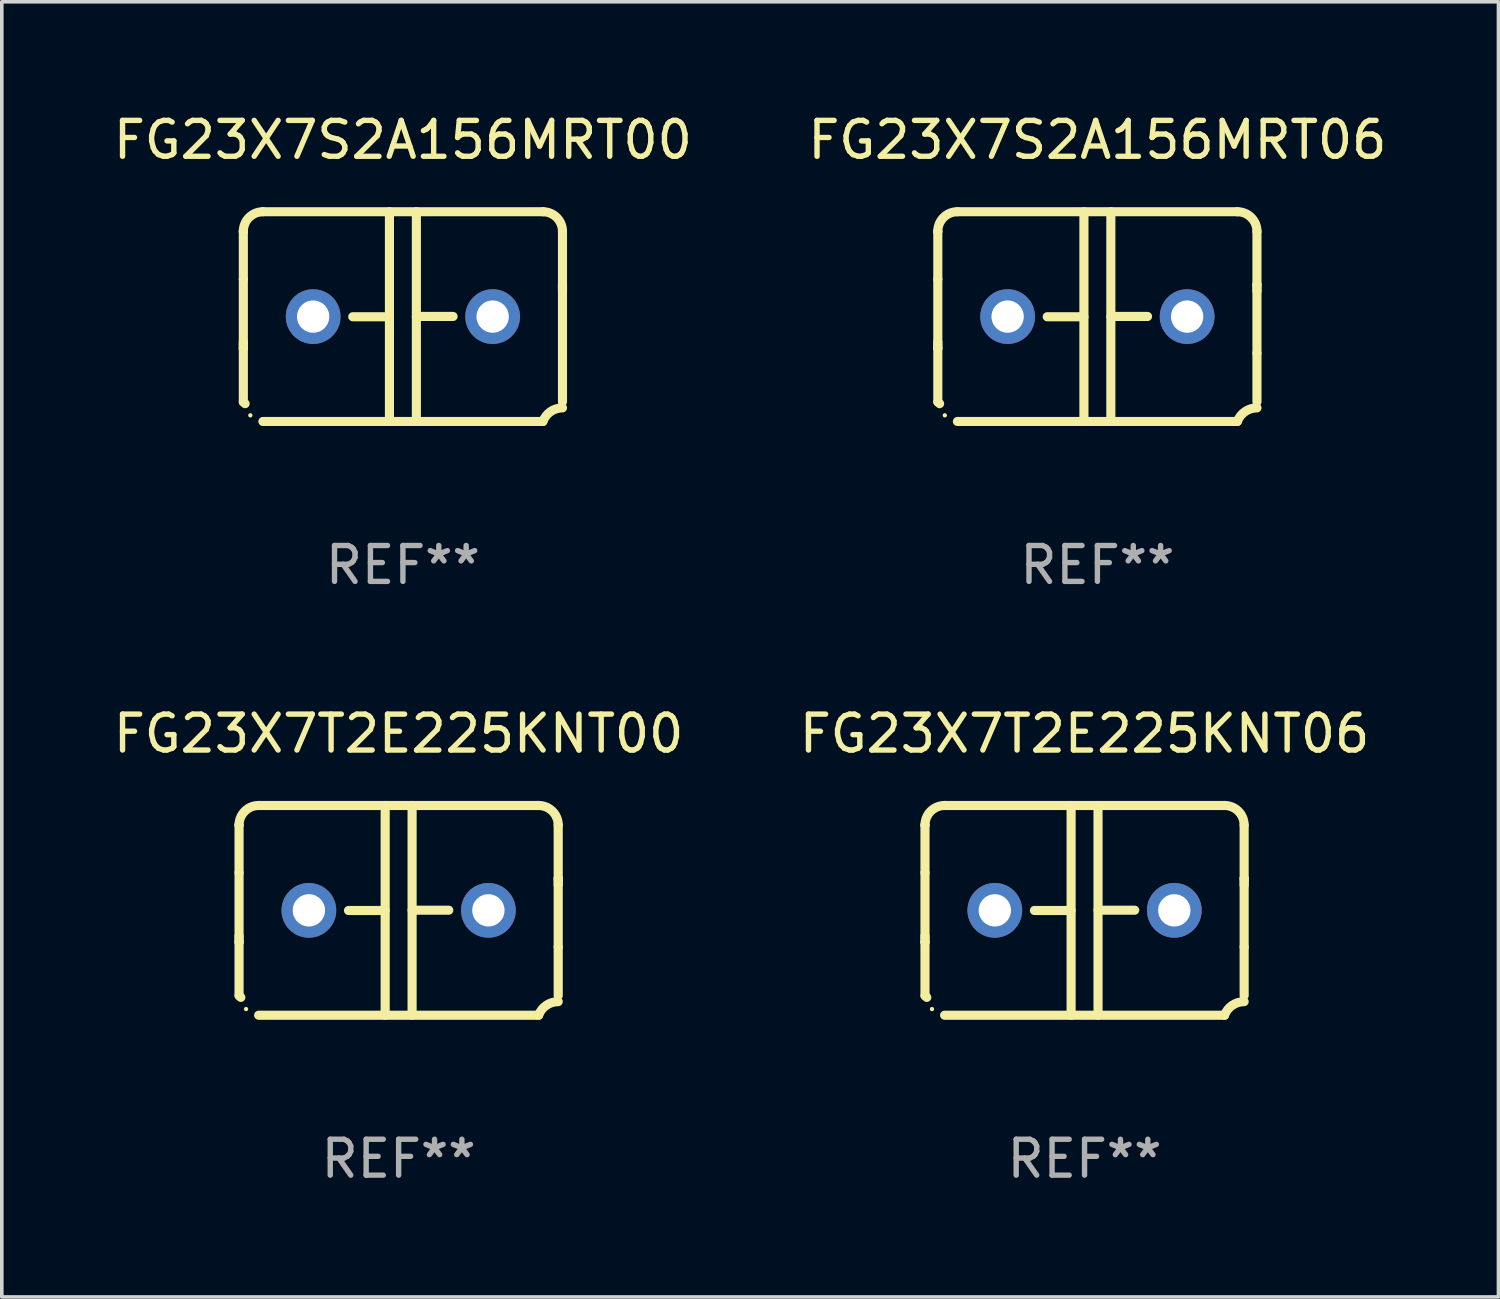
<source format=kicad_pcb>
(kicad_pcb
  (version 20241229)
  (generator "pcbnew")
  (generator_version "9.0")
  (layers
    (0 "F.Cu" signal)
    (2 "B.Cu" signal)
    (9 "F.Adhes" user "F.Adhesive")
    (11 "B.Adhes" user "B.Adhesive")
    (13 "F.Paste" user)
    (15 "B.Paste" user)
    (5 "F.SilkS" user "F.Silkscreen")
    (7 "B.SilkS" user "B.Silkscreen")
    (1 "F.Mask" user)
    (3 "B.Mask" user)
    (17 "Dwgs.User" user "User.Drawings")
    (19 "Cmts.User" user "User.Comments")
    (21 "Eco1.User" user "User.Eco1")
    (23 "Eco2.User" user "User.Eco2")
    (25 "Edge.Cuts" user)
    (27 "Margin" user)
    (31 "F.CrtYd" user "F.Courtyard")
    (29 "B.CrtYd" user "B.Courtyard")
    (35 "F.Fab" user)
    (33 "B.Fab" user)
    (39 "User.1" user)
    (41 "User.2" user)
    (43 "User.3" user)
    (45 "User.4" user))
  (footprint "FG23X7S2A156MRT00"
    (layer "F.Cu")
    (at 8.173 5.769)
    (property "Reference" "FG23X7S2A156MRT00" (at 0 -4.921 0) (layer "F.SilkS") (effects (font (size 1 1) (thickness 0.15))))
    (attr through_hole)
    (fp_line (start -4.445 2.375) (end -4.445 0.889) (stroke (width 0.254) (type solid)) (layer "F.SilkS"))
    (fp_line (start -4.445 -2.375) (end -4.445 -2.375) (stroke (width 0.254) (type solid)) (layer "F.SilkS"))
    (fp_line (start -4.445 -1.045) (end -4.445 -2.375) (stroke (width 0.254) (type solid)) (layer "F.SilkS"))
    (fp_line (start -4.445 -1.045) (end -4.445 0.889) (stroke (width 0.254) (type solid)) (layer "F.SilkS"))
    (fp_line (start -4.445 0.889) (end -4.445 0.708) (stroke (width 0.254) (type solid)) (layer "F.SilkS"))
    (fp_line (start -3.899 -2.921) (end 3.899 -2.921) (stroke (width 0.254) (type solid)) (layer "F.SilkS"))
    (fp_line (start -0.375 0.004) (end -1.397 0.004) (stroke (width 0.254) (type solid)) (layer "F.SilkS"))
    (fp_line (start -0.375 2.921) (end -0.375 -2.921) (stroke (width 0.254) (type solid)) (layer "F.SilkS"))
    (fp_line (start 0.375 -2.921) (end 0.375 2.921) (stroke (width 0.254) (type solid)) (layer "F.SilkS"))
    (fp_line (start 0.375 -0.004) (end 1.397 -0.004) (stroke (width 0.254) (type solid)) (layer "F.SilkS"))
    (fp_line (start 3.899 2.921) (end -3.899 2.921) (stroke (width 0.254) (type solid)) (layer "F.SilkS"))
    (fp_line (start 4.445 -0.889) (end 4.445 -0.708) (stroke (width 0.254) (type solid)) (layer "F.SilkS"))
    (fp_line (start 4.445 -0.889) (end 4.445 1.02) (stroke (width 0.254) (type solid)) (layer "F.SilkS"))
    (fp_line (start 4.445 1.02) (end 4.445 2.375) (stroke (width 0.254) (type solid)) (layer "F.SilkS"))
    (fp_line (start 4.445 -2.375) (end 4.445 -0.889) (stroke (width 0.254) (type solid)) (layer "F.SilkS"))
    (fp_arc (start -4.445034 -2.374778) (mid -4.285049 -2.761028) (end -3.898806 -2.921031) (stroke (width 0.254001) (type solid)) (layer "F.SilkS"))
    (fp_arc (start -4.445034 2.374803) (mid -4.4201 2.399713) (end -4.395166 2.424624) (stroke (width 0.254001) (type solid)) (layer "F.SilkS"))
    (fp_arc (start 3.898781 -2.921031) (mid 4.285035 -2.76105) (end 4.445034 -2.374803) (stroke (width 0.254001) (type solid)) (layer "F.SilkS"))
    (fp_arc (start 3.898806 2.921031) (mid 4.112864 2.64665) (end 4.445037 2.542888) (stroke (width 0.254001) (type solid)) (layer "F.SilkS"))
    (fp_circle (center -4.25 2.75) (end -4.22 2.75) (stroke (width 0.06) (type solid)) (fill no) (layer "F.SilkS"))
    (fp_text user "REF**" (at 0 6.921 0) (layer "F.Fab") (effects (font (size 1 1) (thickness 0.15))))
    (pad "1" thru_hole circle (at -2.5 0) (size 1.524 1.524) (drill 0.9) (layers "*.Cu" "*.Mask"))
    (pad "2" thru_hole circle (at 2.5 0) (size 1.524 1.524) (drill 0.9) (layers "*.Cu" "*.Mask")))
  (footprint "FG23X7S2A156MRT06"
    (layer "F.Cu")
    (at 27.518 5.769)
    (property "Reference" "FG23X7S2A156MRT06" (at 0 -4.921 0) (layer "F.SilkS") (effects (font (size 1 1) (thickness 0.15))))
    (attr through_hole)
    (fp_line (start -4.445 2.375) (end -4.445 0.889) (stroke (width 0.254) (type solid)) (layer "F.SilkS"))
    (fp_line (start -4.445 -2.375) (end -4.445 -2.375) (stroke (width 0.254) (type solid)) (layer "F.SilkS"))
    (fp_line (start -4.445 -1.045) (end -4.445 -2.375) (stroke (width 0.254) (type solid)) (layer "F.SilkS"))
    (fp_line (start -4.445 -1.045) (end -4.445 0.889) (stroke (width 0.254) (type solid)) (layer "F.SilkS"))
    (fp_line (start -4.445 0.889) (end -4.445 0.708) (stroke (width 0.254) (type solid)) (layer "F.SilkS"))
    (fp_line (start -3.899 -2.921) (end 3.899 -2.921) (stroke (width 0.254) (type solid)) (layer "F.SilkS"))
    (fp_line (start -0.375 0.004) (end -1.397 0.004) (stroke (width 0.254) (type solid)) (layer "F.SilkS"))
    (fp_line (start -0.375 2.921) (end -0.375 -2.921) (stroke (width 0.254) (type solid)) (layer "F.SilkS"))
    (fp_line (start 0.375 -2.921) (end 0.375 2.921) (stroke (width 0.254) (type solid)) (layer "F.SilkS"))
    (fp_line (start 0.375 -0.004) (end 1.397 -0.004) (stroke (width 0.254) (type solid)) (layer "F.SilkS"))
    (fp_line (start 3.899 2.921) (end -3.899 2.921) (stroke (width 0.254) (type solid)) (layer "F.SilkS"))
    (fp_line (start 4.445 -0.889) (end 4.445 -0.708) (stroke (width 0.254) (type solid)) (layer "F.SilkS"))
    (fp_line (start 4.445 -0.889) (end 4.445 1.02) (stroke (width 0.254) (type solid)) (layer "F.SilkS"))
    (fp_line (start 4.445 1.02) (end 4.445 2.375) (stroke (width 0.254) (type solid)) (layer "F.SilkS"))
    (fp_line (start 4.445 -2.375) (end 4.445 -0.889) (stroke (width 0.254) (type solid)) (layer "F.SilkS"))
    (fp_arc (start -4.445034 -2.374778) (mid -4.285049 -2.761028) (end -3.898806 -2.921031) (stroke (width 0.254001) (type solid)) (layer "F.SilkS"))
    (fp_arc (start -4.445034 2.374803) (mid -4.4201 2.399713) (end -4.395166 2.424624) (stroke (width 0.254001) (type solid)) (layer "F.SilkS"))
    (fp_arc (start 3.898781 -2.921031) (mid 4.285035 -2.76105) (end 4.445034 -2.374803) (stroke (width 0.254001) (type solid)) (layer "F.SilkS"))
    (fp_arc (start 3.898806 2.921031) (mid 4.112864 2.64665) (end 4.445037 2.542888) (stroke (width 0.254001) (type solid)) (layer "F.SilkS"))
    (fp_circle (center -4.25 2.75) (end -4.22 2.75) (stroke (width 0.06) (type solid)) (fill no) (layer "F.SilkS"))
    (fp_text user "REF**" (at 0 6.921 0) (layer "F.Fab") (effects (font (size 1 1) (thickness 0.15))))
    (pad "1" thru_hole circle (at -2.5 0) (size 1.524 1.524) (drill 0.9) (layers "*.Cu" "*.Mask"))
    (pad "2" thru_hole circle (at 2.5 0) (size 1.524 1.524) (drill 0.9) (layers "*.Cu" "*.Mask")))
  (footprint "FG23X7T2E225KNT06"
    (layer "F.Cu")
    (at 27.161 22.308)
    (property "Reference" "FG23X7T2E225KNT06" (at 0 -4.921 0) (layer "F.SilkS") (effects (font (size 1 1) (thickness 0.15))))
    (attr through_hole)
    (fp_line (start -4.445 2.375) (end -4.445 0.889) (stroke (width 0.254) (type solid)) (layer "F.SilkS"))
    (fp_line (start -4.445 -2.375) (end -4.445 -2.375) (stroke (width 0.254) (type solid)) (layer "F.SilkS"))
    (fp_line (start -4.445 -1.045) (end -4.445 -2.375) (stroke (width 0.254) (type solid)) (layer "F.SilkS"))
    (fp_line (start -4.445 -1.045) (end -4.445 0.889) (stroke (width 0.254) (type solid)) (layer "F.SilkS"))
    (fp_line (start -4.445 0.889) (end -4.445 0.708) (stroke (width 0.254) (type solid)) (layer "F.SilkS"))
    (fp_line (start -3.899 -2.921) (end 3.899 -2.921) (stroke (width 0.254) (type solid)) (layer "F.SilkS"))
    (fp_line (start -0.375 0.004) (end -1.397 0.004) (stroke (width 0.254) (type solid)) (layer "F.SilkS"))
    (fp_line (start -0.375 2.921) (end -0.375 -2.921) (stroke (width 0.254) (type solid)) (layer "F.SilkS"))
    (fp_line (start 0.375 -2.921) (end 0.375 2.921) (stroke (width 0.254) (type solid)) (layer "F.SilkS"))
    (fp_line (start 0.375 -0.004) (end 1.397 -0.004) (stroke (width 0.254) (type solid)) (layer "F.SilkS"))
    (fp_line (start 3.899 2.921) (end -3.899 2.921) (stroke (width 0.254) (type solid)) (layer "F.SilkS"))
    (fp_line (start 4.445 -0.889) (end 4.445 -0.708) (stroke (width 0.254) (type solid)) (layer "F.SilkS"))
    (fp_line (start 4.445 -0.889) (end 4.445 1.02) (stroke (width 0.254) (type solid)) (layer "F.SilkS"))
    (fp_line (start 4.445 1.02) (end 4.445 2.375) (stroke (width 0.254) (type solid)) (layer "F.SilkS"))
    (fp_line (start 4.445 -2.375) (end 4.445 -0.889) (stroke (width 0.254) (type solid)) (layer "F.SilkS"))
    (fp_arc (start -4.445034 -2.374778) (mid -4.285049 -2.761028) (end -3.898806 -2.921031) (stroke (width 0.254001) (type solid)) (layer "F.SilkS"))
    (fp_arc (start -4.445034 2.374803) (mid -4.4201 2.399713) (end -4.395166 2.424624) (stroke (width 0.254001) (type solid)) (layer "F.SilkS"))
    (fp_arc (start 3.898781 -2.921031) (mid 4.285035 -2.76105) (end 4.445034 -2.374803) (stroke (width 0.254001) (type solid)) (layer "F.SilkS"))
    (fp_arc (start 3.898806 2.921031) (mid 4.112864 2.64665) (end 4.445037 2.542888) (stroke (width 0.254001) (type solid)) (layer "F.SilkS"))
    (fp_circle (center -4.25 2.75) (end -4.22 2.75) (stroke (width 0.06) (type solid)) (fill no) (layer "F.SilkS"))
    (fp_text user "REF**" (at 0 6.921 0) (layer "F.Fab") (effects (font (size 1 1) (thickness 0.15))))
    (pad "1" thru_hole circle (at -2.5 0) (size 1.524 1.524) (drill 0.9) (layers "*.Cu" "*.Mask"))
    (pad "2" thru_hole circle (at 2.5 0) (size 1.524 1.524) (drill 0.9) (layers "*.Cu" "*.Mask")))
  (footprint "FG23X7T2E225KNT00"
    (layer "F.Cu")
    (at 8.054 22.308)
    (property "Reference" "FG23X7T2E225KNT00" (at 0 -4.921 0) (layer "F.SilkS") (effects (font (size 1 1) (thickness 0.15))))
    (attr through_hole)
    (fp_line (start -4.445 2.375) (end -4.445 0.889) (stroke (width 0.254) (type solid)) (layer "F.SilkS"))
    (fp_line (start -4.445 -2.375) (end -4.445 -2.375) (stroke (width 0.254) (type solid)) (layer "F.SilkS"))
    (fp_line (start -4.445 -1.045) (end -4.445 -2.375) (stroke (width 0.254) (type solid)) (layer "F.SilkS"))
    (fp_line (start -4.445 -1.045) (end -4.445 0.889) (stroke (width 0.254) (type solid)) (layer "F.SilkS"))
    (fp_line (start -4.445 0.889) (end -4.445 0.708) (stroke (width 0.254) (type solid)) (layer "F.SilkS"))
    (fp_line (start -3.899 -2.921) (end 3.899 -2.921) (stroke (width 0.254) (type solid)) (layer "F.SilkS"))
    (fp_line (start -0.375 0.004) (end -1.397 0.004) (stroke (width 0.254) (type solid)) (layer "F.SilkS"))
    (fp_line (start -0.375 2.921) (end -0.375 -2.921) (stroke (width 0.254) (type solid)) (layer "F.SilkS"))
    (fp_line (start 0.375 -2.921) (end 0.375 2.921) (stroke (width 0.254) (type solid)) (layer "F.SilkS"))
    (fp_line (start 0.375 -0.004) (end 1.397 -0.004) (stroke (width 0.254) (type solid)) (layer "F.SilkS"))
    (fp_line (start 3.899 2.921) (end -3.899 2.921) (stroke (width 0.254) (type solid)) (layer "F.SilkS"))
    (fp_line (start 4.445 -0.889) (end 4.445 -0.708) (stroke (width 0.254) (type solid)) (layer "F.SilkS"))
    (fp_line (start 4.445 -0.889) (end 4.445 1.02) (stroke (width 0.254) (type solid)) (layer "F.SilkS"))
    (fp_line (start 4.445 1.02) (end 4.445 2.375) (stroke (width 0.254) (type solid)) (layer "F.SilkS"))
    (fp_line (start 4.445 -2.375) (end 4.445 -0.889) (stroke (width 0.254) (type solid)) (layer "F.SilkS"))
    (fp_arc (start -4.445034 -2.374778) (mid -4.285049 -2.761028) (end -3.898806 -2.921031) (stroke (width 0.254001) (type solid)) (layer "F.SilkS"))
    (fp_arc (start -4.445034 2.374803) (mid -4.4201 2.399713) (end -4.395166 2.424624) (stroke (width 0.254001) (type solid)) (layer "F.SilkS"))
    (fp_arc (start 3.898781 -2.921031) (mid 4.285035 -2.76105) (end 4.445034 -2.374803) (stroke (width 0.254001) (type solid)) (layer "F.SilkS"))
    (fp_arc (start 3.898806 2.921031) (mid 4.112864 2.64665) (end 4.445037 2.542888) (stroke (width 0.254001) (type solid)) (layer "F.SilkS"))
    (fp_circle (center -4.25 2.75) (end -4.22 2.75) (stroke (width 0.06) (type solid)) (fill no) (layer "F.SilkS"))
    (fp_text user "REF**" (at 0 6.921 0) (layer "F.Fab") (effects (font (size 1 1) (thickness 0.15))))
    (pad "1" thru_hole circle (at -2.5 0) (size 1.524 1.524) (drill 0.9) (layers "*.Cu" "*.Mask"))
    (pad "2" thru_hole circle (at 2.5 0) (size 1.524 1.524) (drill 0.9) (layers "*.Cu" "*.Mask")))
  (gr_rect
    (start -3 -3)
    (end 38.69 33.077)
    (stroke (width 0.1) (type default))
    (fill no)
    (layer "Edge.Cuts")))
</source>
